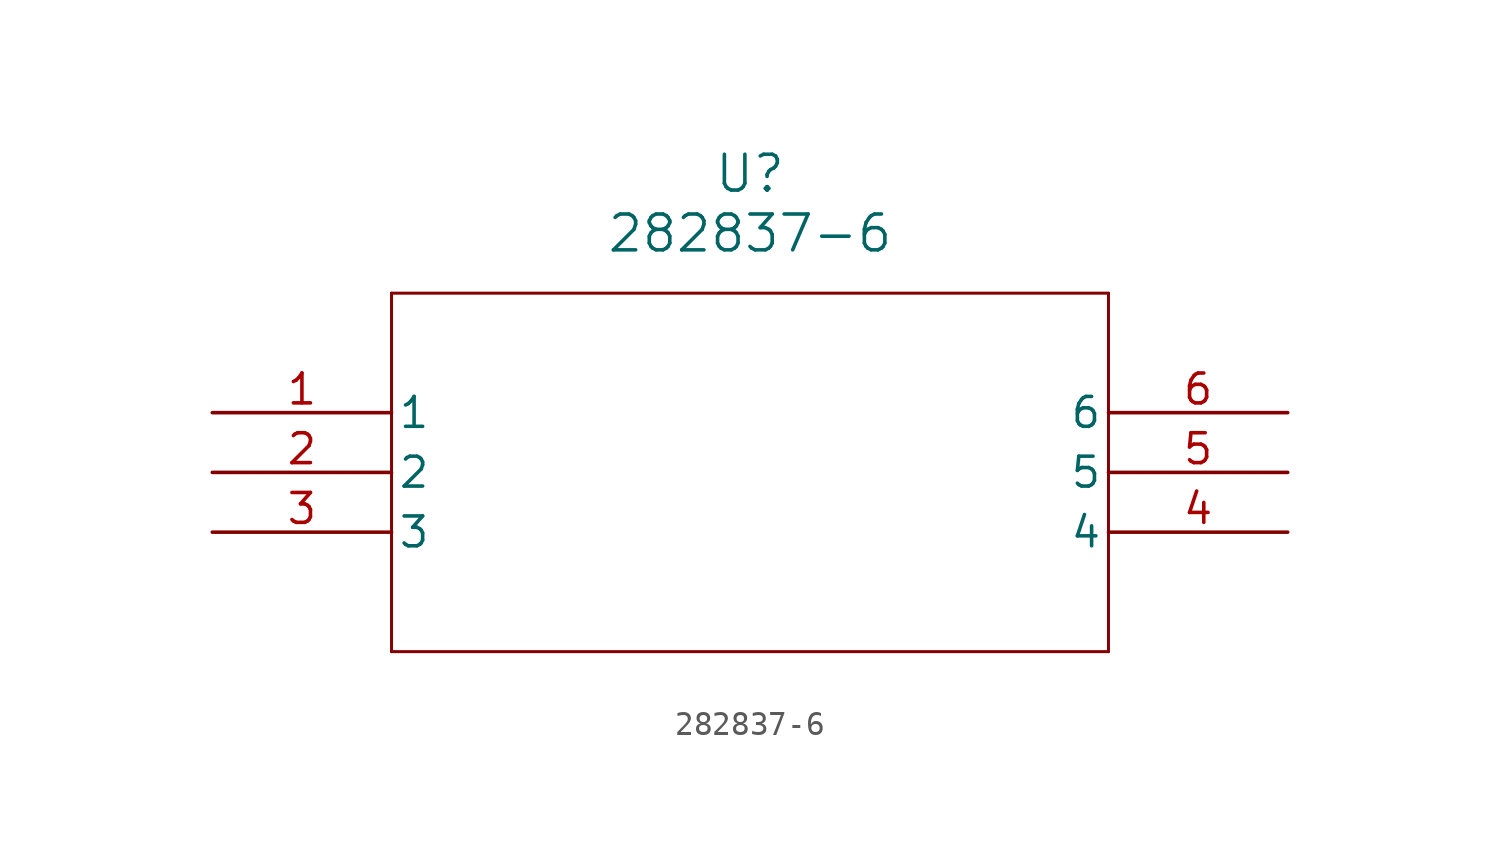
<source format=kicad_sym>
(kicad_symbol_lib
  (version 20211014)
  (generator kicad_symbol_editor)
  (symbol "282837-6"
    (pin_names
      (offset 0.254))
    (property "Reference" "U"
      (at 22.86 10.16 0)
      (effects (font (size 1.524 1.524))))
    (property "Value" "282837-6"
      (at 22.86 7.62 0)
      (effects (font (size 1.524 1.524))))
    (symbol "282837-6_0_1"
      (polyline (pts (xy 7.62 5.08) (xy 7.62 -10.16)) (stroke (width 0.127) (type default) (color 0 0 0 0)) (fill (type none)))
      (polyline (pts (xy 7.62 -10.16) (xy 38.1 -10.16)) (stroke (width 0.127) (type default) (color 0 0 0 0)) (fill (type none)))
      (polyline (pts (xy 38.1 -10.16) (xy 38.1 5.08)) (stroke (width 0.127) (type default) (color 0 0 0 0)) (fill (type none)))
      (polyline (pts (xy 38.1 5.08) (xy 7.62 5.08)) (stroke (width 0.127) (type default) (color 0 0 0 0)) (fill (type none)))
      (pin unspecified line (at 0 0 0) (length 7.62) (name "1" (effects (font (size 1.27 1.27)))) (number "1" (effects (font (size 1.27 1.27)))))
      (pin unspecified line (at 0 -2.54 0) (length 7.62) (name "2" (effects (font (size 1.27 1.27)))) (number "2" (effects (font (size 1.27 1.27)))))
      (pin unspecified line (at 0 -5.08 0) (length 7.62) (name "3" (effects (font (size 1.27 1.27)))) (number "3" (effects (font (size 1.27 1.27)))))
      (pin unspecified line (at 45.72 -5.08 180) (length 7.62) (name "4" (effects (font (size 1.27 1.27)))) (number "4" (effects (font (size 1.27 1.27)))))
      (pin unspecified line (at 45.72 -2.54 180) (length 7.62) (name "5" (effects (font (size 1.27 1.27)))) (number "5" (effects (font (size 1.27 1.27)))))
      (pin unspecified line (at 45.72 0 180) (length 7.62) (name "6" (effects (font (size 1.27 1.27)))) (number "6" (effects (font (size 1.27 1.27))))))))
</source>
